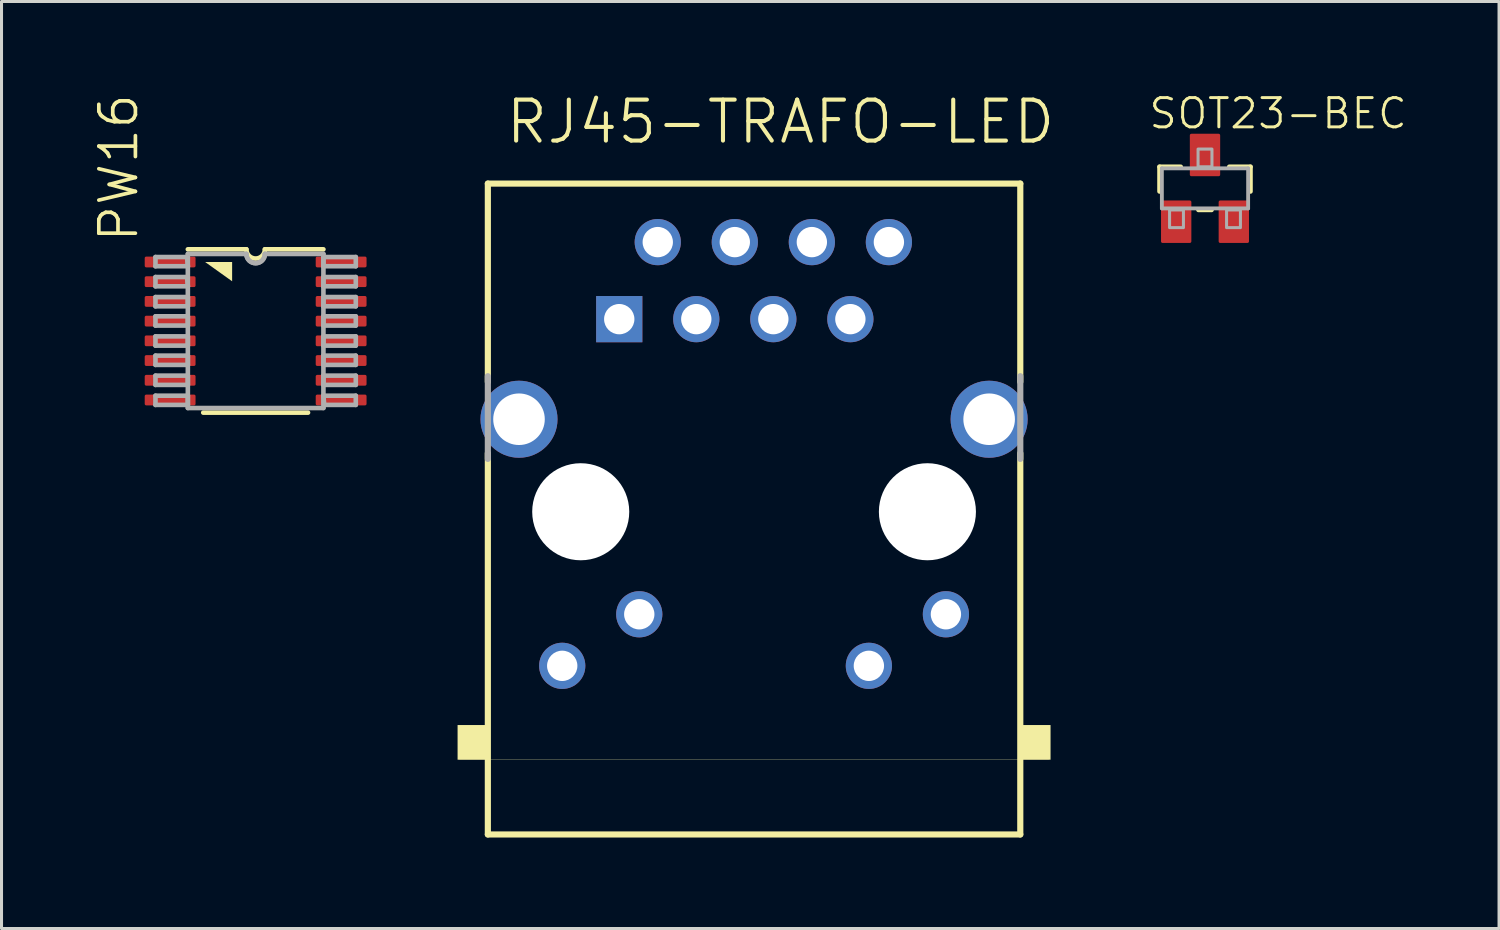
<source format=kicad_pcb>
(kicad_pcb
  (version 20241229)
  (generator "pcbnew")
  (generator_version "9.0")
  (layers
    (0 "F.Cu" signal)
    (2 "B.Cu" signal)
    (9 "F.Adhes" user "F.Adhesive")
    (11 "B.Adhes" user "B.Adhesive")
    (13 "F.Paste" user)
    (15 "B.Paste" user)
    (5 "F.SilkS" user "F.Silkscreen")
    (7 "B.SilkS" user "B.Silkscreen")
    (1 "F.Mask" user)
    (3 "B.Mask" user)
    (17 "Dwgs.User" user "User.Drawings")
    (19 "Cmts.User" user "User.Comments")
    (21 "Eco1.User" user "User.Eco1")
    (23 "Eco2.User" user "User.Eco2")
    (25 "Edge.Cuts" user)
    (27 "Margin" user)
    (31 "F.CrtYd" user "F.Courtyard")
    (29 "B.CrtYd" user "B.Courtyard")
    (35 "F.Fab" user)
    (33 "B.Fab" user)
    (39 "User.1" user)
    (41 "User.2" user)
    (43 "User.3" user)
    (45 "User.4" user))
  (footprint "PW16"
    (layer "F.Cu")
    (at 5.378 7.862)
    (property "Reference" "PW16" (at -3.81 -2.857 270) (layer "F.SilkS") (effects (font (size 1.206 1.206) (thickness 0.121)) (justify left bottom)))
    (attr through_hole)
    (fp_line (start -1.727 2.692) (end 1.727 2.692) (stroke (width 0.152) (type solid)) (layer "F.SilkS"))
    (fp_line (start -0.305 -2.692) (end -2.235 -2.692) (stroke (width 0.152) (type solid)) (layer "F.SilkS"))
    (fp_line (start 2.235 -2.692) (end 0.305 -2.692) (stroke (width 0.152) (type solid)) (layer "F.SilkS"))
    (fp_arc (start 0.3048 -2.6924) (mid 0 -2.3876) (end -0.3048 -2.6924) (stroke (width 0.1524) (type solid)) (layer "F.SilkS"))
    (fp_poly (pts (xy -1.664 -2.273) (xy -0.775 -2.273) (xy -0.775 -1.638)) (stroke (width 0) (type solid)) (fill yes) (layer "F.SilkS"))
    (fp_line (start -3.302 -2.438) (end -3.302 -2.134) (stroke (width 0.152) (type solid)) (layer "F.Fab"))
    (fp_line (start -3.302 -2.134) (end -2.235 -2.134) (stroke (width 0.152) (type solid)) (layer "F.Fab"))
    (fp_line (start -3.302 -1.778) (end -3.302 -1.473) (stroke (width 0.152) (type solid)) (layer "F.Fab"))
    (fp_line (start -3.302 -1.473) (end -2.235 -1.473) (stroke (width 0.152) (type solid)) (layer "F.Fab"))
    (fp_line (start -3.302 -1.118) (end -3.302 -0.813) (stroke (width 0.152) (type solid)) (layer "F.Fab"))
    (fp_line (start -3.302 -0.813) (end -2.235 -0.813) (stroke (width 0.152) (type solid)) (layer "F.Fab"))
    (fp_line (start -3.302 -0.483) (end -3.302 -0.178) (stroke (width 0.152) (type solid)) (layer "F.Fab"))
    (fp_line (start -3.302 -0.178) (end -2.235 -0.178) (stroke (width 0.152) (type solid)) (layer "F.Fab"))
    (fp_line (start -3.302 0.178) (end -3.302 0.483) (stroke (width 0.152) (type solid)) (layer "F.Fab"))
    (fp_line (start -3.302 0.483) (end -2.235 0.483) (stroke (width 0.152) (type solid)) (layer "F.Fab"))
    (fp_line (start -3.302 0.813) (end -3.302 1.118) (stroke (width 0.152) (type solid)) (layer "F.Fab"))
    (fp_line (start -3.302 1.118) (end -2.235 1.118) (stroke (width 0.152) (type solid)) (layer "F.Fab"))
    (fp_line (start -3.302 1.473) (end -3.302 1.778) (stroke (width 0.152) (type solid)) (layer "F.Fab"))
    (fp_line (start -3.302 1.778) (end -2.235 1.778) (stroke (width 0.152) (type solid)) (layer "F.Fab"))
    (fp_line (start -3.302 2.134) (end -3.302 2.438) (stroke (width 0.152) (type solid)) (layer "F.Fab"))
    (fp_line (start -3.302 2.438) (end -2.235 2.438) (stroke (width 0.152) (type solid)) (layer "F.Fab"))
    (fp_line (start -2.261 -2.438) (end -3.302 -2.438) (stroke (width 0.152) (type solid)) (layer "F.Fab"))
    (fp_line (start -2.261 -1.778) (end -3.302 -1.778) (stroke (width 0.152) (type solid)) (layer "F.Fab"))
    (fp_line (start -2.235 -2.54) (end -2.235 2.54) (stroke (width 0.152) (type solid)) (layer "F.Fab"))
    (fp_line (start -2.235 -2.134) (end -2.261 -2.438) (stroke (width 0.152) (type solid)) (layer "F.Fab"))
    (fp_line (start -2.235 -1.473) (end -2.261 -1.778) (stroke (width 0.152) (type solid)) (layer "F.Fab"))
    (fp_line (start -2.235 -1.118) (end -3.302 -1.118) (stroke (width 0.152) (type solid)) (layer "F.Fab"))
    (fp_line (start -2.235 -0.813) (end -2.235 -1.118) (stroke (width 0.152) (type solid)) (layer "F.Fab"))
    (fp_line (start -2.235 -0.483) (end -3.302 -0.483) (stroke (width 0.152) (type solid)) (layer "F.Fab"))
    (fp_line (start -2.235 -0.178) (end -2.235 -0.483) (stroke (width 0.152) (type solid)) (layer "F.Fab"))
    (fp_line (start -2.235 0.178) (end -3.302 0.178) (stroke (width 0.152) (type solid)) (layer "F.Fab"))
    (fp_line (start -2.235 0.483) (end -2.235 0.178) (stroke (width 0.152) (type solid)) (layer "F.Fab"))
    (fp_line (start -2.235 0.813) (end -3.302 0.813) (stroke (width 0.152) (type solid)) (layer "F.Fab"))
    (fp_line (start -2.235 1.118) (end -2.235 0.813) (stroke (width 0.152) (type solid)) (layer "F.Fab"))
    (fp_line (start -2.235 1.473) (end -3.302 1.473) (stroke (width 0.152) (type solid)) (layer "F.Fab"))
    (fp_line (start -2.235 1.778) (end -2.235 1.473) (stroke (width 0.152) (type solid)) (layer "F.Fab"))
    (fp_line (start -2.235 2.134) (end -3.302 2.134) (stroke (width 0.152) (type solid)) (layer "F.Fab"))
    (fp_line (start -2.235 2.438) (end -2.235 2.134) (stroke (width 0.152) (type solid)) (layer "F.Fab"))
    (fp_line (start -2.235 2.54) (end 2.235 2.54) (stroke (width 0.152) (type solid)) (layer "F.Fab"))
    (fp_line (start -0.305 -2.54) (end -2.235 -2.54) (stroke (width 0.152) (type solid)) (layer "F.Fab"))
    (fp_line (start 2.235 -2.54) (end 0.305 -2.54) (stroke (width 0.152) (type solid)) (layer "F.Fab"))
    (fp_line (start 2.235 -2.438) (end 2.235 -2.134) (stroke (width 0.152) (type solid)) (layer "F.Fab"))
    (fp_line (start 2.235 -2.134) (end 3.302 -2.134) (stroke (width 0.152) (type solid)) (layer "F.Fab"))
    (fp_line (start 2.235 -1.778) (end 2.235 -1.473) (stroke (width 0.152) (type solid)) (layer "F.Fab"))
    (fp_line (start 2.235 -1.473) (end 3.302 -1.473) (stroke (width 0.152) (type solid)) (layer "F.Fab"))
    (fp_line (start 2.235 -1.118) (end 2.235 -0.813) (stroke (width 0.152) (type solid)) (layer "F.Fab"))
    (fp_line (start 2.235 -0.813) (end 3.302 -0.813) (stroke (width 0.152) (type solid)) (layer "F.Fab"))
    (fp_line (start 2.235 -0.483) (end 2.235 -0.178) (stroke (width 0.152) (type solid)) (layer "F.Fab"))
    (fp_line (start 2.235 -0.178) (end 3.302 -0.178) (stroke (width 0.152) (type solid)) (layer "F.Fab"))
    (fp_line (start 2.235 0.178) (end 2.235 0.483) (stroke (width 0.152) (type solid)) (layer "F.Fab"))
    (fp_line (start 2.235 0.483) (end 3.302 0.483) (stroke (width 0.152) (type solid)) (layer "F.Fab"))
    (fp_line (start 2.235 0.813) (end 2.235 1.118) (stroke (width 0.152) (type solid)) (layer "F.Fab"))
    (fp_line (start 2.235 1.118) (end 3.302 1.118) (stroke (width 0.152) (type solid)) (layer "F.Fab"))
    (fp_line (start 2.235 1.473) (end 2.235 1.778) (stroke (width 0.152) (type solid)) (layer "F.Fab"))
    (fp_line (start 2.235 1.778) (end 3.302 1.778) (stroke (width 0.152) (type solid)) (layer "F.Fab"))
    (fp_line (start 2.235 2.134) (end 2.261 2.438) (stroke (width 0.152) (type solid)) (layer "F.Fab"))
    (fp_line (start 2.235 2.54) (end 2.235 -2.54) (stroke (width 0.152) (type solid)) (layer "F.Fab"))
    (fp_line (start 2.261 2.438) (end 3.302 2.438) (stroke (width 0.152) (type solid)) (layer "F.Fab"))
    (fp_line (start 3.302 -2.438) (end 2.235 -2.438) (stroke (width 0.152) (type solid)) (layer "F.Fab"))
    (fp_line (start 3.302 -2.134) (end 3.302 -2.438) (stroke (width 0.152) (type solid)) (layer "F.Fab"))
    (fp_line (start 3.302 -1.778) (end 2.235 -1.778) (stroke (width 0.152) (type solid)) (layer "F.Fab"))
    (fp_line (start 3.302 -1.473) (end 3.302 -1.778) (stroke (width 0.152) (type solid)) (layer "F.Fab"))
    (fp_line (start 3.302 -1.118) (end 2.235 -1.118) (stroke (width 0.152) (type solid)) (layer "F.Fab"))
    (fp_line (start 3.302 -0.813) (end 3.302 -1.118) (stroke (width 0.152) (type solid)) (layer "F.Fab"))
    (fp_line (start 3.302 -0.483) (end 2.235 -0.483) (stroke (width 0.152) (type solid)) (layer "F.Fab"))
    (fp_line (start 3.302 -0.178) (end 3.302 -0.483) (stroke (width 0.152) (type solid)) (layer "F.Fab"))
    (fp_line (start 3.302 0.178) (end 2.235 0.178) (stroke (width 0.152) (type solid)) (layer "F.Fab"))
    (fp_line (start 3.302 0.483) (end 3.302 0.178) (stroke (width 0.152) (type solid)) (layer "F.Fab"))
    (fp_line (start 3.302 0.813) (end 2.235 0.813) (stroke (width 0.152) (type solid)) (layer "F.Fab"))
    (fp_line (start 3.302 1.118) (end 3.302 0.813) (stroke (width 0.152) (type solid)) (layer "F.Fab"))
    (fp_line (start 3.302 1.473) (end 2.235 1.473) (stroke (width 0.152) (type solid)) (layer "F.Fab"))
    (fp_line (start 3.302 1.778) (end 3.302 1.473) (stroke (width 0.152) (type solid)) (layer "F.Fab"))
    (fp_line (start 3.302 2.134) (end 2.235 2.134) (stroke (width 0.152) (type solid)) (layer "F.Fab"))
    (fp_line (start 3.302 2.438) (end 3.302 2.134) (stroke (width 0.152) (type solid)) (layer "F.Fab"))
    (fp_arc (start 0.3048 -2.54) (mid 0 -2.2352) (end -0.3048 -2.54) (stroke (width 0.1524) (type solid)) (layer "F.Fab"))
    (fp_arc (start 0.3048 -2.54) (mid 0 -2.2352) (end -0.3048 -2.54) (stroke (width 0.1524) (type solid)) (layer "F.Fab"))
    (pad "1" smd roundrect (at -2.819 -2.275) (size 1.676 0.356) (layers "F.Cu" "F.Mask" "F.Paste") (roundrect_rratio 0.143))
    (pad "2" smd roundrect (at -2.819 -1.625) (size 1.676 0.356) (layers "F.Cu" "F.Mask" "F.Paste") (roundrect_rratio 0.143))
    (pad "3" smd roundrect (at -2.819 -0.975) (size 1.676 0.356) (layers "F.Cu" "F.Mask" "F.Paste") (roundrect_rratio 0.143))
    (pad "4" smd roundrect (at -2.819 -0.325) (size 1.676 0.356) (layers "F.Cu" "F.Mask" "F.Paste") (roundrect_rratio 0.143))
    (pad "5" smd roundrect (at -2.819 0.325) (size 1.676 0.356) (layers "F.Cu" "F.Mask" "F.Paste") (roundrect_rratio 0.143))
    (pad "6" smd roundrect (at -2.819 0.975) (size 1.676 0.356) (layers "F.Cu" "F.Mask" "F.Paste") (roundrect_rratio 0.143))
    (pad "7" smd roundrect (at -2.819 1.625) (size 1.676 0.356) (layers "F.Cu" "F.Mask" "F.Paste") (roundrect_rratio 0.143))
    (pad "8" smd roundrect (at -2.819 2.275) (size 1.676 0.356) (layers "F.Cu" "F.Mask" "F.Paste") (roundrect_rratio 0.143))
    (pad "9" smd roundrect (at 2.819 2.275) (size 1.676 0.356) (layers "F.Cu" "F.Mask" "F.Paste") (roundrect_rratio 0.143))
    (pad "10" smd roundrect (at 2.819 1.625) (size 1.676 0.356) (layers "F.Cu" "F.Mask" "F.Paste") (roundrect_rratio 0.143))
    (pad "11" smd roundrect (at 2.819 0.975) (size 1.676 0.356) (layers "F.Cu" "F.Mask" "F.Paste") (roundrect_rratio 0.143))
    (pad "12" smd roundrect (at 2.819 0.325) (size 1.676 0.356) (layers "F.Cu" "F.Mask" "F.Paste") (roundrect_rratio 0.143))
    (pad "13" smd roundrect (at 2.819 -0.325) (size 1.676 0.356) (layers "F.Cu" "F.Mask" "F.Paste") (roundrect_rratio 0.143))
    (pad "14" smd roundrect (at 2.819 -0.975) (size 1.676 0.356) (layers "F.Cu" "F.Mask" "F.Paste") (roundrect_rratio 0.143))
    (pad "15" smd roundrect (at 2.819 -1.625) (size 1.676 0.356) (layers "F.Cu" "F.Mask" "F.Paste") (roundrect_rratio 0.143))
    (pad "16" smd roundrect (at 2.819 -2.275) (size 1.676 0.356) (layers "F.Cu" "F.Mask" "F.Paste") (roundrect_rratio 0.143)))
  (footprint "SOT23-BEC"
    (layer "F.Cu")
    (at 36.678 3.16)
    (property "Reference" "SOT23-BEC" (at -1.905 -1.905 0) (layer "F.SilkS") (effects (font (size 0.965 0.965) (thickness 0.097)) (justify left bottom)))
    (attr through_hole)
    (fp_line (start -1.499 -0.711) (end -1.499 0.102) (stroke (width 0.152) (type solid)) (layer "F.SilkS"))
    (fp_line (start -0.8 -0.711) (end -1.499 -0.711) (stroke (width 0.152) (type solid)) (layer "F.SilkS"))
    (fp_line (start -0.216 0.711) (end 0.216 0.711) (stroke (width 0.152) (type solid)) (layer "F.SilkS"))
    (fp_line (start 1.499 -0.711) (end 0.8 -0.711) (stroke (width 0.152) (type solid)) (layer "F.SilkS"))
    (fp_line (start 1.499 0.102) (end 1.499 -0.711) (stroke (width 0.152) (type solid)) (layer "F.SilkS"))
    (fp_line (start -1.422 -0.66) (end 1.422 -0.66) (stroke (width 0.127) (type solid)) (layer "F.Fab"))
    (fp_line (start -1.422 0.66) (end -1.422 -0.66) (stroke (width 0.127) (type solid)) (layer "F.Fab"))
    (fp_line (start 1.422 -0.66) (end 1.422 0.66) (stroke (width 0.127) (type solid)) (layer "F.Fab"))
    (fp_line (start 1.422 0.66) (end -1.422 0.66) (stroke (width 0.127) (type solid)) (layer "F.Fab"))
    (fp_poly (pts (xy -1.168 1.295) (xy -0.711 1.295) (xy -0.711 0.711) (xy -1.168 0.711)) (stroke (width 0.1) (type solid)) (fill no) (layer "F.Fab"))
    (fp_poly (pts (xy -0.229 -0.711) (xy 0.229 -0.711) (xy 0.229 -1.295) (xy -0.229 -1.295)) (stroke (width 0.1) (type solid)) (fill no) (layer "F.Fab"))
    (fp_poly (pts (xy 0.711 1.295) (xy 1.168 1.295) (xy 1.168 0.711) (xy 0.711 0.711)) (stroke (width 0.1) (type solid)) (fill no) (layer "F.Fab"))
    (pad "B" smd roundrect (at -0.95 1.1) (size 1 1.4) (layers "F.Cu" "F.Mask" "F.Paste") (roundrect_rratio 0.051))
    (pad "C" smd roundrect (at 0 -1.1) (size 1 1.4) (layers "F.Cu" "F.Mask" "F.Paste") (roundrect_rratio 0.051))
    (pad "E" smd roundrect (at 0.95 1.1) (size 1 1.4) (layers "F.Cu" "F.Mask" "F.Paste") (roundrect_rratio 0.051)))
  (footprint "RJ45-TRAFO-LED"
    (layer "F.Cu")
    (at 21.811 13.822)
    (property "Reference" "RJ45-TRAFO-LED" (at -8.255 -12.065 180) (layer "F.SilkS") (effects (font (size 1.351 1.351) (thickness 0.135)) (justify left bottom)))
    (attr through_hole)
    (fp_line (start -8.777 -10.819) (end 8.777 -10.819) (stroke (width 0.203) (type solid)) (layer "F.SilkS"))
    (fp_line (start -8.777 -4.283) (end -8.777 -10.819) (stroke (width 0.203) (type solid)) (layer "F.SilkS"))
    (fp_line (start -8.777 10.639) (end -8.777 -1.929) (stroke (width 0.203) (type solid)) (layer "F.SilkS"))
    (fp_line (start 8.777 -10.819) (end 8.777 -4.283) (stroke (width 0.203) (type solid)) (layer "F.SilkS"))
    (fp_line (start 8.777 -1.929) (end 8.777 10.639) (stroke (width 0.203) (type solid)) (layer "F.SilkS"))
    (fp_line (start 8.777 10.639) (end -8.777 10.639) (stroke (width 0.203) (type solid)) (layer "F.SilkS"))
    (fp_line (start 9.716 8.18) (end -9.716 8.18) (stroke (width 0.01) (type solid)) (layer "F.SilkS"))
    (fp_poly (pts (xy -9.775 8.175) (xy -8.85 8.175) (xy -8.85 7.032) (xy -9.775 7.032)) (stroke (width 0) (type solid)) (fill yes) (layer "F.SilkS"))
    (fp_poly (pts (xy 8.85 8.175) (xy 9.775 8.175) (xy 9.775 7.032) (xy 8.85 7.032)) (stroke (width 0) (type solid)) (fill yes) (layer "F.SilkS"))
    (fp_line (start -8.777 -1.743) (end -8.777 -4.469) (stroke (width 0.203) (type solid)) (layer "F.Fab"))
    (fp_line (start 8.777 -4.469) (end 8.777 -1.743) (stroke (width 0.203) (type solid)) (layer "F.Fab"))
    (pad "" np_thru_hole circle (at -5.715 0) (size 3.2 3.2) (drill 3.2) (layers "*.Cu" "*.Mask"))
    (pad "" np_thru_hole circle (at 5.715 0) (size 3.2 3.2) (drill 3.2) (layers "*.Cu" "*.Mask"))
    (pad "1" thru_hole rect (at -4.445 -6.35) (size 1.524 1.524) (drill 1) (layers "*.Cu" "*.Mask"))
    (pad "2" thru_hole circle (at -3.175 -8.89) (size 1.524 1.524) (drill 1) (layers "*.Cu" "*.Mask"))
    (pad "3" thru_hole circle (at -1.905 -6.35) (size 1.524 1.524) (drill 1) (layers "*.Cu" "*.Mask"))
    (pad "4" thru_hole circle (at -0.635 -8.89) (size 1.524 1.524) (drill 1) (layers "*.Cu" "*.Mask"))
    (pad "5" thru_hole circle (at 0.635 -6.35) (size 1.524 1.524) (drill 1) (layers "*.Cu" "*.Mask"))
    (pad "6" thru_hole circle (at 1.905 -8.89) (size 1.524 1.524) (drill 1) (layers "*.Cu" "*.Mask"))
    (pad "7" thru_hole circle (at 3.175 -6.35) (size 1.524 1.524) (drill 1) (layers "*.Cu" "*.Mask"))
    (pad "8" thru_hole circle (at 4.445 -8.89) (size 1.524 1.524) (drill 1) (layers "*.Cu" "*.Mask"))
    (pad "9" thru_hole circle (at -6.325 5.08) (size 1.524 1.524) (drill 1) (layers "*.Cu" "*.Mask"))
    (pad "10" thru_hole circle (at -3.785 3.38) (size 1.524 1.524) (drill 1) (layers "*.Cu" "*.Mask"))
    (pad "11" thru_hole circle (at 3.785 5.08) (size 1.524 1.524) (drill 1) (layers "*.Cu" "*.Mask"))
    (pad "12" thru_hole circle (at 6.325 3.38) (size 1.524 1.524) (drill 1) (layers "*.Cu" "*.Mask"))
    (pad "SH" thru_hole circle (at -7.75 -3.05) (size 2.54 2.54) (drill 1.7) (layers "*.Cu" "*.Mask"))
    (pad "SH2" thru_hole circle (at 7.75 -3.05) (size 2.54 2.54) (drill 1.7) (layers "*.Cu" "*.Mask")))
  (gr_rect
    (start -3 -3)
    (end 46.372 27.563)
    (stroke (width 0.1) (type default))
    (fill no)
    (layer "Edge.Cuts")))
</source>
